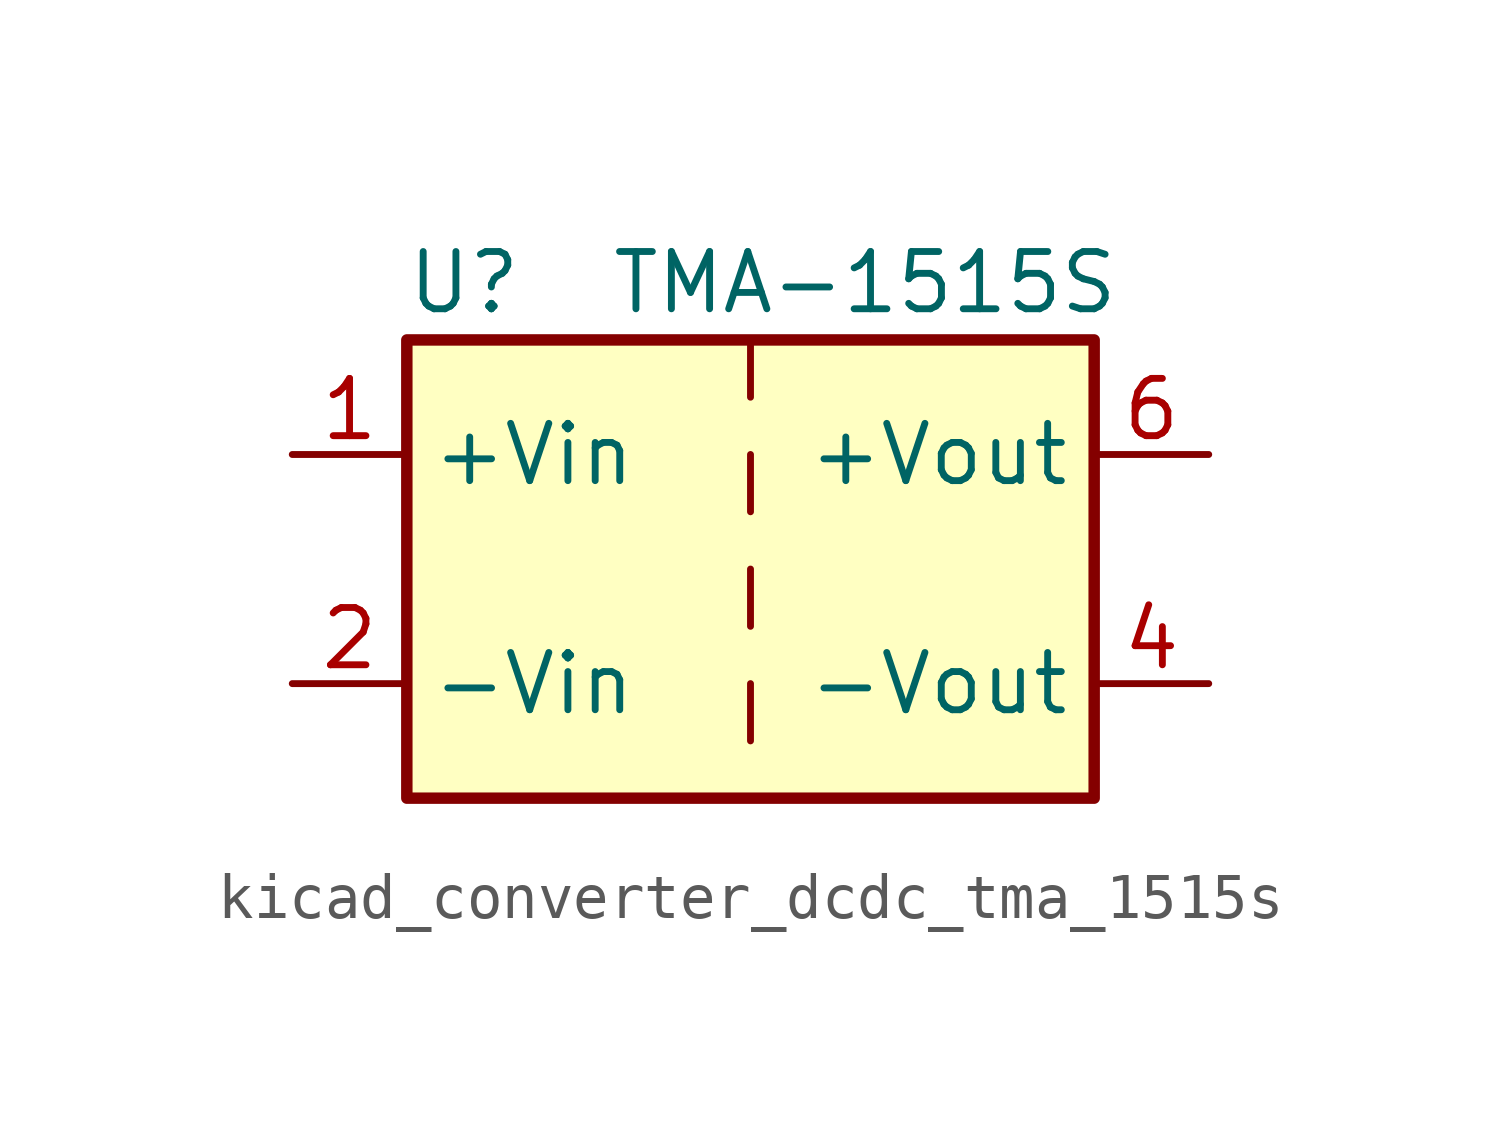
<source format=kicad_sym>
(kicad_symbol_lib
  (version 20220914)
  (generator kicad_symbol_editor)
  (symbol "kicad_converter_dcdc_tma_1515s"
    (property "Reference" "U"
      (at -6.35 6.35 0)
      (effects (font (size 1.27 1.27))))
    (property "Value" "TMA-1515S"
      (at 2.54 6.35 0)
      (effects (font (size 1.27 1.27))))
    (symbol "kicad_converter_dcdc_tma_1515s_0_1"
      (rectangle (start -7.62 5.08) (end 7.62 -5.08) (stroke (width 0.254) (type default)) (fill (type background)))
      (polyline (pts (xy 0 -2.54) (xy 0 -3.81)) (stroke (width 0) (type default)) (fill (type none)))
      (polyline (pts (xy 0 0) (xy 0 -1.27)) (stroke (width 0) (type default)) (fill (type none)))
      (polyline (pts (xy 0 2.54) (xy 0 1.27)) (stroke (width 0) (type default)) (fill (type none)))
      (polyline (pts (xy 0 5.08) (xy 0 3.81)) (stroke (width 0) (type default)) (fill (type none))))
    (symbol "kicad_converter_dcdc_tma_1515s_1_1"
      (pin power_in line (at -10.16 2.54 0) (length 2.54) (name "+Vin" (effects (font (size 1.27 1.27)))) (number "1" (effects (font (size 1.27 1.27)))))
      (pin power_in line (at -10.16 -2.54 0) (length 2.54) (name "-Vin" (effects (font (size 1.27 1.27)))) (number "2" (effects (font (size 1.27 1.27)))))
      (pin power_out line (at 10.16 -2.54 180) (length 2.54) (name "-Vout" (effects (font (size 1.27 1.27)))) (number "4" (effects (font (size 1.27 1.27)))))
      (pin power_out line (at 10.16 2.54 180) (length 2.54) (name "+Vout" (effects (font (size 1.27 1.27)))) (number "6" (effects (font (size 1.27 1.27))))))))
</source>
